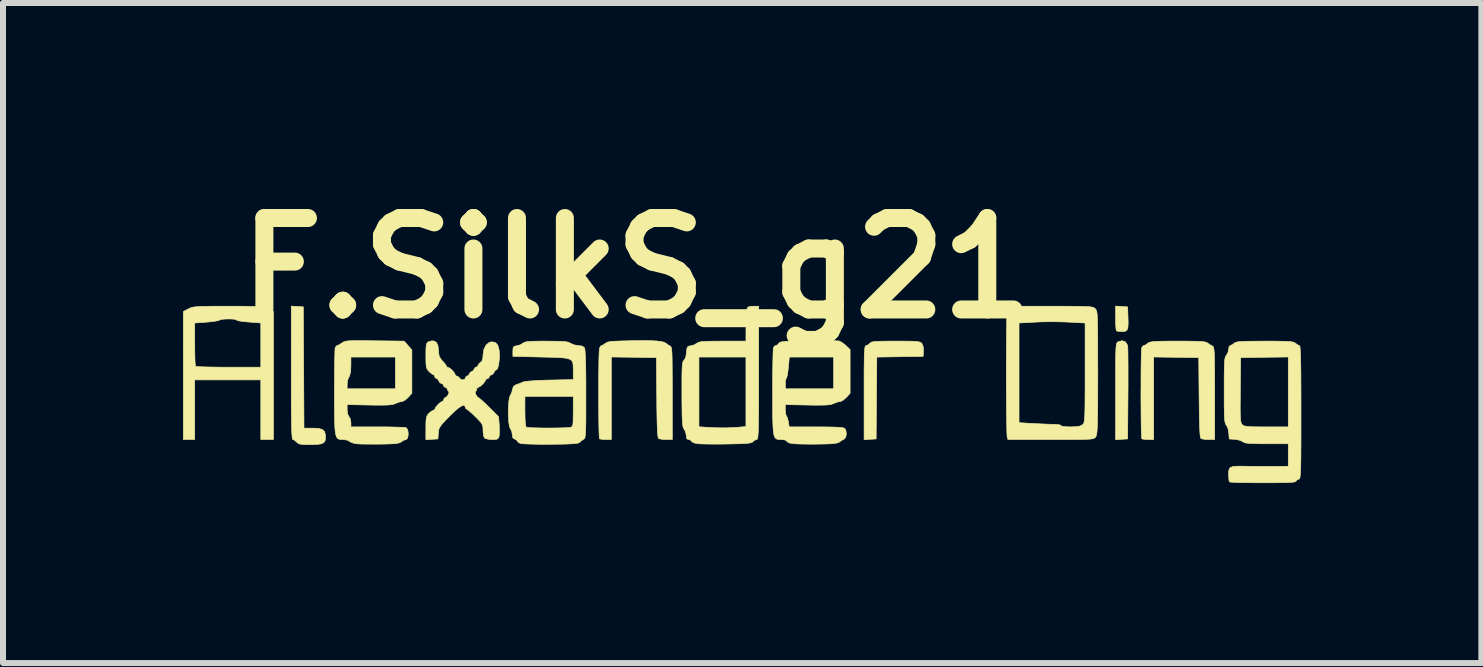
<source format=kicad_pcb>
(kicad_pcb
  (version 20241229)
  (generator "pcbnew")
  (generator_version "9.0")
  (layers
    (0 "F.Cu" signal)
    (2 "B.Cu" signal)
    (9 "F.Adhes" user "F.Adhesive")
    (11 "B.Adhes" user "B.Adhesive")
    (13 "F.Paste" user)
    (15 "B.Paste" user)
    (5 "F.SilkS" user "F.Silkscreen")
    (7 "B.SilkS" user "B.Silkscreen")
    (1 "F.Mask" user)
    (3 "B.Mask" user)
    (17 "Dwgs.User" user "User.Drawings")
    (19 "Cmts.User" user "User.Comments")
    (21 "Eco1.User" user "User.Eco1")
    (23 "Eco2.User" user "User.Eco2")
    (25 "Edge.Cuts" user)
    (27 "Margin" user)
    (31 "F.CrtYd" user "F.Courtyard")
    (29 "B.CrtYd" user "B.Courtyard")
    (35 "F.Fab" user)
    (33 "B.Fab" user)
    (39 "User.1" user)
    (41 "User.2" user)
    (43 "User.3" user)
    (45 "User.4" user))
  (footprint "F.SilkS_g21"
    (layer "F.Cu")
    (at 7.561 1.418)
    (property "Reference" "F.SilkS_g21" (at 0 0 0) (layer "F.SilkS") (effects (font (size 1.524 1.524) (thickness 0.3))))
    (attr through_hole)
    (fp_poly (pts (xy 8.08 0.639) (xy 8.181 0.646) (xy 8.187 0.804) (xy 8.19 0.912) (xy 8.186 0.984) (xy 8.173 1.028) (xy 8.148 1.05) (xy 8.109 1.058) (xy 8.089 1.058) (xy 8.033 1.055) (xy 7.997 1.047) (xy 7.994 1.044) (xy 7.988 1.018) (xy 7.983 0.96) (xy 7.98 0.88) (xy 7.98 0.831) (xy 7.98 0.633) (xy 8.08 0.639)) (stroke (width 0.01) (type solid)) (fill yes) (layer "F.SilkS"))
    (fp_poly (pts (xy 8.144 1.229) (xy 8.177 1.282) (xy 8.181 1.297) (xy 8.184 1.334) (xy 8.186 1.407) (xy 8.187 1.513) (xy 8.188 1.644) (xy 8.188 1.796) (xy 8.188 1.964) (xy 8.187 2.106) (xy 8.181 2.847) (xy 8.08 2.853) (xy 7.98 2.86) (xy 7.98 2.055) (xy 7.98 1.849) (xy 7.98 1.682) (xy 7.981 1.549) (xy 7.982 1.446) (xy 7.985 1.369) (xy 7.988 1.313) (xy 7.993 1.276) (xy 7.999 1.252) (xy 8.008 1.239) (xy 8.018 1.23) (xy 8.024 1.227) (xy 8.09 1.21) (xy 8.144 1.229)) (stroke (width 0.01) (type solid)) (fill yes) (layer "F.SilkS"))
    (fp_poly (pts (xy -5.657 0.639) (xy -5.556 0.646) (xy -5.545 2.667) (xy -5.399 2.667) (xy -5.3 2.672) (xy -5.237 2.69) (xy -5.201 2.726) (xy -5.187 2.784) (xy -5.186 2.816) (xy -5.191 2.869) (xy -5.211 2.905) (xy -5.251 2.927) (xy -5.32 2.938) (xy -5.423 2.942) (xy -5.449 2.942) (xy -5.541 2.941) (xy -5.6 2.935) (xy -5.638 2.924) (xy -5.663 2.905) (xy -5.667 2.9) (xy -5.704 2.868) (xy -5.73 2.857) (xy -5.736 2.85) (xy -5.742 2.825) (xy -5.746 2.78) (xy -5.75 2.713) (xy -5.752 2.619) (xy -5.754 2.497) (xy -5.756 2.343) (xy -5.757 2.155) (xy -5.757 1.929) (xy -5.757 1.745) (xy -5.757 0.633) (xy -5.657 0.639)) (stroke (width 0.01) (type solid)) (fill yes) (layer "F.SilkS"))
    (fp_poly (pts (xy 4.459 1.217) (xy 4.564 1.218) (xy 4.638 1.221) (xy 4.688 1.226) (xy 4.72 1.233) (xy 4.74 1.244) (xy 4.753 1.258) (xy 4.755 1.259) (xy 4.775 1.314) (xy 4.779 1.386) (xy 4.773 1.471) (xy 4.387 1.477) (xy 4.001 1.483) (xy 3.996 2.165) (xy 3.99 2.847) (xy 3.889 2.853) (xy 3.789 2.86) (xy 3.789 2.075) (xy 3.789 1.872) (xy 3.789 1.706) (xy 3.791 1.575) (xy 3.792 1.475) (xy 3.795 1.401) (xy 3.799 1.35) (xy 3.804 1.317) (xy 3.81 1.299) (xy 3.819 1.292) (xy 3.824 1.291) (xy 3.863 1.275) (xy 3.885 1.254) (xy 3.899 1.241) (xy 3.921 1.232) (xy 3.958 1.225) (xy 4.016 1.221) (xy 4.1 1.218) (xy 4.216 1.217) (xy 4.318 1.217) (xy 4.459 1.217)) (stroke (width 0.01) (type solid)) (fill yes) (layer "F.SilkS"))
    (fp_poly (pts (xy -6.614 0.635) (xy -6.471 0.637) (xy -6.361 0.639) (xy -6.281 0.643) (xy -6.227 0.648) (xy -6.193 0.655) (xy -6.176 0.664) (xy -6.176 0.664) (xy -6.132 0.694) (xy -6.1 0.708) (xy -6.054 0.723) (xy -6.054 2.857) (xy -6.265 2.857) (xy -6.265 1.863) (xy -7.366 1.863) (xy -7.366 2.857) (xy -7.556 2.857) (xy -7.556 0.915) (xy -7.366 0.915) (xy -7.366 1.269) (xy -7.365 1.387) (xy -7.363 1.491) (xy -7.36 1.571) (xy -7.355 1.623) (xy -7.352 1.637) (xy -7.328 1.641) (xy -7.267 1.644) (xy -7.176 1.647) (xy -7.059 1.649) (xy -6.924 1.651) (xy -6.802 1.651) (xy -6.265 1.651) (xy -6.265 0.914) (xy -6.466 0.899) (xy -6.553 0.891) (xy -6.621 0.881) (xy -6.661 0.871) (xy -6.668 0.865) (xy -6.686 0.855) (xy -6.734 0.849) (xy -6.798 0.847) (xy -6.864 0.849) (xy -6.919 0.854) (xy -6.95 0.864) (xy -6.952 0.866) (xy -6.977 0.876) (xy -7.034 0.886) (xy -7.114 0.896) (xy -7.165 0.9) (xy -7.366 0.915) (xy -7.556 0.915) (xy -7.556 0.724) (xy -7.471 0.679) (xy -7.444 0.666) (xy -7.415 0.656) (xy -7.379 0.648) (xy -7.33 0.643) (xy -7.264 0.639) (xy -7.175 0.637) (xy -7.057 0.635) (xy -6.906 0.635) (xy -6.795 0.635) (xy -6.614 0.635)) (stroke (width 0.01) (type solid)) (fill yes) (layer "F.SilkS"))
    (fp_poly (pts (xy 0.22 1.209) (xy 0.327 1.214) (xy 0.404 1.223) (xy 0.457 1.236) (xy 0.489 1.254) (xy 0.492 1.257) (xy 0.536 1.288) (xy 0.556 1.297) (xy 0.565 1.303) (xy 0.573 1.316) (xy 0.579 1.34) (xy 0.584 1.379) (xy 0.588 1.438) (xy 0.59 1.519) (xy 0.591 1.628) (xy 0.592 1.769) (xy 0.593 1.945) (xy 0.593 2.084) (xy 0.593 2.857) (xy 0.492 2.857) (xy 0.427 2.854) (xy 0.378 2.845) (xy 0.365 2.84) (xy 0.358 2.824) (xy 0.351 2.785) (xy 0.346 2.719) (xy 0.341 2.623) (xy 0.338 2.494) (xy 0.335 2.328) (xy 0.334 2.158) (xy 0.328 1.492) (xy -0.048 1.486) (xy -0.423 1.481) (xy -0.423 2.857) (xy -0.515 2.857) (xy -0.574 2.854) (xy -0.614 2.847) (xy -0.621 2.843) (xy -0.624 2.819) (xy -0.627 2.759) (xy -0.63 2.668) (xy -0.632 2.553) (xy -0.633 2.418) (xy -0.634 2.271) (xy -0.634 2.117) (xy -0.634 1.962) (xy -0.634 1.812) (xy -0.632 1.673) (xy -0.631 1.55) (xy -0.628 1.45) (xy -0.625 1.378) (xy -0.622 1.341) (xy -0.622 1.339) (xy -0.603 1.302) (xy -0.587 1.291) (xy -0.555 1.278) (xy -0.523 1.254) (xy -0.503 1.241) (xy -0.473 1.23) (xy -0.426 1.223) (xy -0.357 1.218) (xy -0.259 1.214) (xy -0.126 1.211) (xy -0.099 1.21) (xy 0.079 1.208) (xy 0.22 1.209)) (stroke (width 0.01) (type solid)) (fill yes) (layer "F.SilkS"))
    (fp_poly (pts (xy 9.172 1.217) (xy 9.291 1.219) (xy 9.378 1.222) (xy 9.439 1.226) (xy 9.479 1.233) (xy 9.505 1.243) (xy 9.517 1.251) (xy 9.564 1.283) (xy 9.594 1.298) (xy 9.603 1.304) (xy 9.611 1.317) (xy 9.617 1.34) (xy 9.622 1.379) (xy 9.626 1.438) (xy 9.628 1.519) (xy 9.63 1.628) (xy 9.63 1.768) (xy 9.631 1.944) (xy 9.631 2.084) (xy 9.631 2.857) (xy 9.53 2.857) (xy 9.465 2.854) (xy 9.416 2.845) (xy 9.404 2.84) (xy 9.396 2.824) (xy 9.389 2.785) (xy 9.384 2.719) (xy 9.38 2.623) (xy 9.376 2.494) (xy 9.374 2.328) (xy 9.372 2.158) (xy 9.366 1.492) (xy 8.615 1.481) (xy 8.615 2.857) (xy 8.523 2.857) (xy 8.464 2.854) (xy 8.424 2.847) (xy 8.417 2.843) (xy 8.414 2.819) (xy 8.411 2.759) (xy 8.408 2.668) (xy 8.406 2.553) (xy 8.405 2.418) (xy 8.404 2.271) (xy 8.403 2.116) (xy 8.404 1.96) (xy 8.404 1.809) (xy 8.405 1.669) (xy 8.407 1.544) (xy 8.409 1.442) (xy 8.412 1.369) (xy 8.415 1.329) (xy 8.416 1.325) (xy 8.439 1.296) (xy 8.451 1.291) (xy 8.483 1.278) (xy 8.515 1.254) (xy 8.532 1.242) (xy 8.558 1.233) (xy 8.597 1.226) (xy 8.656 1.221) (xy 8.739 1.219) (xy 8.853 1.217) (xy 9.004 1.217) (xy 9.017 1.217) (xy 9.172 1.217)) (stroke (width 0.01) (type solid)) (fill yes) (layer "F.SilkS"))
    (fp_poly (pts (xy 2.032 1.746) (xy 2.032 1.992) (xy 2.032 2.2) (xy 2.031 2.371) (xy 2.03 2.51) (xy 2.028 2.62) (xy 2.026 2.705) (xy 2.023 2.767) (xy 2.019 2.81) (xy 2.014 2.837) (xy 2.008 2.851) (xy 2.001 2.857) (xy 1.997 2.857) (xy 1.956 2.873) (xy 1.938 2.891) (xy 1.923 2.904) (xy 1.894 2.913) (xy 1.846 2.92) (xy 1.773 2.925) (xy 1.669 2.928) (xy 1.534 2.931) (xy 1.402 2.933) (xy 1.276 2.933) (xy 1.167 2.932) (xy 1.082 2.93) (xy 1.041 2.928) (xy 0.964 2.916) (xy 0.922 2.896) (xy 0.917 2.888) (xy 0.889 2.862) (xy 0.866 2.857) (xy 0.837 2.847) (xy 0.826 2.809) (xy 0.826 2.79) (xy 0.814 2.73) (xy 0.79 2.684) (xy 0.779 2.668) (xy 0.771 2.642) (xy 0.764 2.603) (xy 0.76 2.544) (xy 0.756 2.462) (xy 0.755 2.35) (xy 0.753 2.203) (xy 0.753 2.104) (xy 0.753 1.937) (xy 0.753 1.808) (xy 0.755 1.71) (xy 0.758 1.64) (xy 0.763 1.593) (xy 0.769 1.563) (xy 0.779 1.545) (xy 0.787 1.537) (xy 0.815 1.493) (xy 0.817 1.482) (xy 1.037 1.482) (xy 1.037 2.644) (xy 1.138 2.651) (xy 1.322 2.661) (xy 1.504 2.662) (xy 1.664 2.654) (xy 1.677 2.653) (xy 1.82 2.64) (xy 1.82 1.482) (xy 1.037 1.482) (xy 0.817 1.482) (xy 0.829 1.413) (xy 0.829 1.406) (xy 0.835 1.344) (xy 0.848 1.312) (xy 0.873 1.299) (xy 0.9 1.295) (xy 0.96 1.278) (xy 1.002 1.252) (xy 1.022 1.24) (xy 1.052 1.23) (xy 1.098 1.224) (xy 1.167 1.22) (xy 1.265 1.218) (xy 1.398 1.217) (xy 1.431 1.217) (xy 1.82 1.217) (xy 1.821 0.974) (xy 1.821 0.847) (xy 1.825 0.757) (xy 1.832 0.697) (xy 1.847 0.66) (xy 1.87 0.642) (xy 1.905 0.636) (xy 1.939 0.635) (xy 2.032 0.635) (xy 2.032 1.746)) (stroke (width 0.01) (type solid)) (fill yes) (layer "F.SilkS"))
    (fp_poly (pts (xy -4.507 1.209) (xy -4.365 1.211) (xy -3.876 1.217) (xy -3.811 1.29) (xy -3.747 1.362) (xy -3.747 2.086) (xy -3.809 2.154) (xy -3.856 2.197) (xy -3.9 2.221) (xy -3.911 2.223) (xy -3.958 2.232) (xy -4.015 2.254) (xy -4.018 2.256) (xy -4.05 2.268) (xy -4.094 2.277) (xy -4.156 2.282) (xy -4.242 2.284) (xy -4.36 2.284) (xy -4.455 2.282) (xy -4.826 2.275) (xy -4.826 2.363) (xy -4.818 2.43) (xy -4.797 2.474) (xy -4.794 2.477) (xy -4.772 2.515) (xy -4.763 2.571) (xy -4.763 2.574) (xy -4.763 2.646) (xy -4.32 2.646) (xy -4.185 2.646) (xy -4.064 2.648) (xy -3.963 2.651) (xy -3.889 2.654) (xy -3.848 2.658) (xy -3.843 2.659) (xy -3.821 2.686) (xy -3.809 2.734) (xy -3.809 2.789) (xy -3.82 2.835) (xy -3.842 2.857) (xy -3.845 2.857) (xy -3.888 2.871) (xy -3.92 2.893) (xy -3.943 2.908) (xy -3.979 2.918) (xy -4.035 2.926) (xy -4.117 2.93) (xy -4.233 2.933) (xy -4.261 2.933) (xy -4.379 2.934) (xy -4.491 2.933) (xy -4.585 2.932) (xy -4.651 2.929) (xy -4.66 2.928) (xy -4.725 2.916) (xy -4.773 2.897) (xy -4.785 2.888) (xy -4.822 2.868) (xy -4.88 2.858) (xy -4.891 2.857) (xy -4.929 2.857) (xy -4.959 2.852) (xy -4.983 2.84) (xy -5.002 2.815) (xy -5.016 2.774) (xy -5.026 2.714) (xy -5.032 2.629) (xy -5.035 2.517) (xy -5.037 2.373) (xy -5.038 2.193) (xy -5.038 2.061) (xy -5.038 2.011) (xy -4.826 2.011) (xy -4.022 2.011) (xy -4.022 1.482) (xy -4.763 1.482) (xy -4.763 1.626) (xy -4.768 1.729) (xy -4.785 1.797) (xy -4.794 1.811) (xy -4.815 1.86) (xy -4.825 1.924) (xy -4.825 1.931) (xy -4.826 2.011) (xy -5.038 2.011) (xy -5.037 1.891) (xy -5.036 1.734) (xy -5.035 1.596) (xy -5.032 1.48) (xy -5.03 1.393) (xy -5.027 1.339) (xy -5.025 1.325) (xy -5.004 1.296) (xy -4.992 1.291) (xy -4.963 1.28) (xy -4.919 1.251) (xy -4.914 1.248) (xy -4.893 1.234) (xy -4.869 1.223) (xy -4.837 1.216) (xy -4.79 1.211) (xy -4.724 1.209) (xy -4.631 1.208) (xy -4.507 1.209)) (stroke (width 0.01) (type solid)) (fill yes) (layer "F.SilkS"))
    (fp_poly (pts (xy 7.084 0.635) (xy 7.238 0.636) (xy 7.359 0.637) (xy 7.451 0.639) (xy 7.518 0.642) (xy 7.566 0.646) (xy 7.598 0.652) (xy 7.619 0.66) (xy 7.634 0.67) (xy 7.641 0.677) (xy 7.651 0.688) (xy 7.659 0.702) (xy 7.666 0.723) (xy 7.671 0.755) (xy 7.675 0.8) (xy 7.678 0.863) (xy 7.68 0.948) (xy 7.682 1.058) (xy 7.683 1.197) (xy 7.683 1.368) (xy 7.683 1.575) (xy 7.684 1.742) (xy 7.683 1.98) (xy 7.683 2.179) (xy 7.682 2.343) (xy 7.68 2.475) (xy 7.678 2.58) (xy 7.675 2.66) (xy 7.671 2.719) (xy 7.666 2.76) (xy 7.66 2.788) (xy 7.653 2.806) (xy 7.651 2.81) (xy 7.641 2.823) (xy 7.629 2.833) (xy 7.61 2.841) (xy 7.58 2.847) (xy 7.534 2.851) (xy 7.468 2.854) (xy 7.378 2.856) (xy 7.259 2.857) (xy 7.107 2.857) (xy 6.917 2.857) (xy 6.186 2.857) (xy 6.173 2.81) (xy 6.17 2.78) (xy 6.168 2.711) (xy 6.166 2.61) (xy 6.164 2.478) (xy 6.162 2.322) (xy 6.161 2.146) (xy 6.16 1.953) (xy 6.16 1.748) (xy 6.16 1.746) (xy 6.16 1.541) (xy 6.161 1.348) (xy 6.162 1.172) (xy 6.164 1.015) (xy 6.165 0.915) (xy 6.371 0.915) (xy 6.371 2.576) (xy 6.609 2.59) (xy 6.719 2.595) (xy 6.826 2.6) (xy 6.915 2.603) (xy 6.959 2.603) (xy 7.021 2.607) (xy 7.061 2.616) (xy 7.07 2.625) (xy 7.089 2.635) (xy 7.143 2.643) (xy 7.221 2.646) (xy 7.228 2.646) (xy 7.322 2.643) (xy 7.384 2.633) (xy 7.424 2.613) (xy 7.429 2.609) (xy 7.44 2.599) (xy 7.449 2.585) (xy 7.456 2.563) (xy 7.461 2.53) (xy 7.465 2.48) (xy 7.468 2.411) (xy 7.47 2.318) (xy 7.471 2.197) (xy 7.472 2.044) (xy 7.472 1.855) (xy 7.472 1.744) (xy 7.472 0.915) (xy 7.197 0.9) (xy 7.057 0.895) (xy 6.897 0.893) (xy 6.741 0.896) (xy 6.646 0.9) (xy 6.371 0.915) (xy 6.165 0.915) (xy 6.166 0.884) (xy 6.168 0.782) (xy 6.17 0.713) (xy 6.173 0.683) (xy 6.173 0.683) (xy 6.186 0.635) (xy 6.892 0.635) (xy 7.084 0.635)) (stroke (width 0.01) (type solid)) (fill yes) (layer "F.SilkS"))
    (fp_poly (pts (xy 3.235 1.21) (xy 3.317 1.211) (xy 3.366 1.214) (xy 3.375 1.215) (xy 3.417 1.237) (xy 3.47 1.276) (xy 3.487 1.292) (xy 3.556 1.357) (xy 3.556 2.086) (xy 3.494 2.154) (xy 3.446 2.197) (xy 3.402 2.221) (xy 3.391 2.223) (xy 3.345 2.232) (xy 3.287 2.254) (xy 3.284 2.256) (xy 3.252 2.268) (xy 3.208 2.277) (xy 3.147 2.282) (xy 3.061 2.284) (xy 2.943 2.284) (xy 2.847 2.282) (xy 2.476 2.275) (xy 2.476 2.364) (xy 2.481 2.422) (xy 2.491 2.459) (xy 2.495 2.464) (xy 2.51 2.491) (xy 2.524 2.542) (xy 2.527 2.561) (xy 2.541 2.646) (xy 2.991 2.646) (xy 3.158 2.647) (xy 3.286 2.649) (xy 3.378 2.654) (xy 3.437 2.661) (xy 3.465 2.67) (xy 3.467 2.671) (xy 3.488 2.714) (xy 3.493 2.77) (xy 3.482 2.821) (xy 3.456 2.85) (xy 3.455 2.851) (xy 3.409 2.875) (xy 3.381 2.897) (xy 3.355 2.91) (xy 3.312 2.92) (xy 3.245 2.927) (xy 3.148 2.931) (xy 3.042 2.933) (xy 2.922 2.934) (xy 2.807 2.933) (xy 2.708 2.931) (xy 2.638 2.928) (xy 2.629 2.928) (xy 2.552 2.916) (xy 2.51 2.896) (xy 2.505 2.888) (xy 2.475 2.865) (xy 2.414 2.857) (xy 2.376 2.857) (xy 2.344 2.853) (xy 2.32 2.842) (xy 2.301 2.819) (xy 2.287 2.781) (xy 2.277 2.724) (xy 2.271 2.643) (xy 2.267 2.534) (xy 2.265 2.394) (xy 2.265 2.219) (xy 2.265 2.069) (xy 2.265 1.927) (xy 2.477 1.927) (xy 2.477 2.011) (xy 3.281 2.011) (xy 3.281 1.482) (xy 2.543 1.482) (xy 2.528 1.651) (xy 2.519 1.732) (xy 2.508 1.795) (xy 2.497 1.83) (xy 2.495 1.833) (xy 2.483 1.859) (xy 2.477 1.911) (xy 2.477 1.927) (xy 2.265 1.927) (xy 2.265 1.899) (xy 2.266 1.741) (xy 2.268 1.601) (xy 2.27 1.484) (xy 2.273 1.395) (xy 2.276 1.34) (xy 2.278 1.325) (xy 2.303 1.295) (xy 2.319 1.291) (xy 2.352 1.275) (xy 2.368 1.254) (xy 2.378 1.242) (xy 2.398 1.233) (xy 2.431 1.226) (xy 2.485 1.22) (xy 2.563 1.217) (xy 2.671 1.214) (xy 2.815 1.211) (xy 2.86 1.211) (xy 3 1.209) (xy 3.127 1.209) (xy 3.235 1.21)) (stroke (width 0.01) (type solid)) (fill yes) (layer "F.SilkS"))
    (fp_poly (pts (xy -1.372 1.218) (xy -1.273 1.22) (xy -1.204 1.224) (xy -1.156 1.231) (xy -1.123 1.242) (xy -1.101 1.254) (xy -1.044 1.279) (xy -0.975 1.291) (xy -0.97 1.291) (xy -0.905 1.3) (xy -0.87 1.329) (xy -0.869 1.332) (xy -0.862 1.366) (xy -0.857 1.44) (xy -0.852 1.552) (xy -0.849 1.7) (xy -0.847 1.883) (xy -0.847 2.097) (xy -0.847 2.105) (xy -0.847 2.301) (xy -0.847 2.459) (xy -0.848 2.583) (xy -0.85 2.678) (xy -0.853 2.746) (xy -0.858 2.794) (xy -0.863 2.824) (xy -0.87 2.841) (xy -0.88 2.85) (xy -0.884 2.852) (xy -0.929 2.881) (xy -0.945 2.899) (xy -0.959 2.91) (xy -0.986 2.918) (xy -1.03 2.925) (xy -1.097 2.929) (xy -1.193 2.933) (xy -1.322 2.935) (xy -1.432 2.936) (xy -1.571 2.937) (xy -1.697 2.935) (xy -1.804 2.932) (xy -1.885 2.928) (xy -1.934 2.923) (xy -1.942 2.921) (xy -1.979 2.899) (xy -1.99 2.882) (xy -2.007 2.861) (xy -2.032 2.851) (xy -2.064 2.829) (xy -2.074 2.779) (xy -2.074 2.773) (xy -2.084 2.716) (xy -2.106 2.675) (xy -2.121 2.638) (xy -2.132 2.57) (xy -2.138 2.482) (xy -2.14 2.384) (xy -2.137 2.288) (xy -2.129 2.204) (xy -2.117 2.144) (xy -2.114 2.138) (xy -1.863 2.138) (xy -1.863 2.39) (xy -1.861 2.509) (xy -1.856 2.589) (xy -1.848 2.636) (xy -1.836 2.653) (xy -1.804 2.657) (xy -1.739 2.661) (xy -1.649 2.663) (xy -1.545 2.665) (xy -1.434 2.665) (xy -1.326 2.664) (xy -1.23 2.662) (xy -1.155 2.659) (xy -1.111 2.655) (xy -1.106 2.654) (xy -1.086 2.646) (xy -1.072 2.632) (xy -1.064 2.604) (xy -1.06 2.553) (xy -1.059 2.474) (xy -1.058 2.389) (xy -1.058 2.138) (xy -1.863 2.138) (xy -2.114 2.138) (xy -2.108 2.126) (xy -2.083 2.072) (xy -2.071 2.021) (xy -2.054 1.971) (xy -2.011 1.943) (xy -2 1.94) (xy -1.94 1.918) (xy -1.894 1.898) (xy -1.859 1.889) (xy -1.786 1.882) (xy -1.684 1.875) (xy -1.558 1.869) (xy -1.455 1.866) (xy -1.058 1.858) (xy -1.058 1.711) (xy -1.059 1.644) (xy -1.062 1.593) (xy -1.074 1.555) (xy -1.1 1.527) (xy -1.143 1.509) (xy -1.21 1.497) (xy -1.304 1.49) (xy -1.431 1.486) (xy -1.595 1.482) (xy -1.597 1.482) (xy -2.064 1.471) (xy -2.064 1.386) (xy -2.061 1.332) (xy -2.046 1.306) (xy -2.01 1.296) (xy -2 1.295) (xy -1.94 1.278) (xy -1.897 1.252) (xy -1.877 1.239) (xy -1.845 1.229) (xy -1.796 1.223) (xy -1.723 1.219) (xy -1.62 1.217) (xy -1.506 1.217) (xy -1.372 1.218)) (stroke (width 0.01) (type solid)) (fill yes) (layer "F.SilkS"))
    (fp_poly (pts (xy 10.622 1.217) (xy 10.741 1.219) (xy 10.828 1.221) (xy 10.89 1.225) (xy 10.931 1.231) (xy 10.959 1.24) (xy 10.977 1.252) (xy 10.98 1.254) (xy 11.02 1.282) (xy 11.045 1.291) (xy 11.051 1.302) (xy 11.056 1.336) (xy 11.06 1.396) (xy 11.064 1.484) (xy 11.066 1.603) (xy 11.068 1.754) (xy 11.069 1.941) (xy 11.07 2.166) (xy 11.07 2.402) (xy 11.07 2.65) (xy 11.07 2.858) (xy 11.069 3.03) (xy 11.068 3.17) (xy 11.066 3.281) (xy 11.063 3.366) (xy 11.06 3.428) (xy 11.056 3.47) (xy 11.051 3.496) (xy 11.045 3.51) (xy 11.038 3.514) (xy 11.038 3.514) (xy 11.002 3.531) (xy 10.993 3.545) (xy 10.984 3.555) (xy 10.963 3.563) (xy 10.924 3.569) (xy 10.863 3.573) (xy 10.776 3.575) (xy 10.657 3.577) (xy 10.503 3.577) (xy 10.436 3.577) (xy 10.289 3.577) (xy 10.155 3.575) (xy 10.041 3.573) (xy 9.953 3.57) (xy 9.897 3.566) (xy 9.878 3.563) (xy 9.87 3.535) (xy 9.865 3.48) (xy 9.864 3.437) (xy 9.865 3.384) (xy 9.874 3.346) (xy 9.896 3.321) (xy 9.938 3.307) (xy 10.006 3.301) (xy 10.105 3.301) (xy 10.189 3.303) (xy 10.316 3.305) (xy 10.457 3.305) (xy 10.59 3.305) (xy 10.642 3.305) (xy 10.858 3.302) (xy 10.858 2.927) (xy 10.499 2.927) (xy 10.362 2.927) (xy 10.262 2.924) (xy 10.191 2.92) (xy 10.144 2.913) (xy 10.115 2.903) (xy 10.102 2.894) (xy 10.058 2.872) (xy 9.994 2.856) (xy 9.969 2.854) (xy 9.874 2.847) (xy 9.867 2.752) (xy 9.856 2.684) (xy 9.834 2.629) (xy 9.825 2.617) (xy 9.814 2.601) (xy 9.806 2.576) (xy 9.799 2.538) (xy 9.795 2.48) (xy 9.792 2.399) (xy 9.791 2.327) (xy 10.057 2.327) (xy 10.058 2.424) (xy 10.061 2.495) (xy 10.065 2.544) (xy 10.072 2.576) (xy 10.081 2.597) (xy 10.089 2.607) (xy 10.105 2.621) (xy 10.13 2.631) (xy 10.168 2.638) (xy 10.227 2.643) (xy 10.313 2.645) (xy 10.432 2.646) (xy 10.491 2.646) (xy 10.858 2.646) (xy 10.858 1.481) (xy 10.462 1.486) (xy 10.065 1.492) (xy 10.059 2.03) (xy 10.058 2.197) (xy 10.057 2.327) (xy 9.791 2.327) (xy 9.79 2.289) (xy 9.79 2.145) (xy 9.79 2.034) (xy 9.79 1.866) (xy 9.791 1.736) (xy 9.793 1.638) (xy 9.796 1.566) (xy 9.801 1.517) (xy 9.808 1.485) (xy 9.817 1.464) (xy 9.827 1.452) (xy 9.854 1.404) (xy 9.864 1.353) (xy 9.871 1.309) (xy 9.888 1.291) (xy 9.922 1.278) (xy 9.954 1.254) (xy 9.972 1.242) (xy 9.997 1.233) (xy 10.036 1.226) (xy 10.093 1.222) (xy 10.176 1.219) (xy 10.289 1.218) (xy 10.437 1.217) (xy 10.467 1.217) (xy 10.622 1.217)) (stroke (width 0.01) (type solid)) (fill yes) (layer "F.SilkS"))
    (fp_poly (pts (xy -3.377 1.215) (xy -3.336 1.24) (xy -3.312 1.293) (xy -3.303 1.38) (xy -3.302 1.403) (xy -3.291 1.472) (xy -3.253 1.53) (xy -3.239 1.545) (xy -3.199 1.589) (xy -3.177 1.622) (xy -3.175 1.629) (xy -3.159 1.65) (xy -3.152 1.651) (xy -3.117 1.666) (xy -3.075 1.702) (xy -3.04 1.743) (xy -3.027 1.773) (xy -3.01 1.797) (xy -2.997 1.799) (xy -2.965 1.816) (xy -2.956 1.831) (xy -2.927 1.857) (xy -2.9 1.863) (xy -2.865 1.85) (xy -2.857 1.831) (xy -2.841 1.803) (xy -2.826 1.799) (xy -2.798 1.783) (xy -2.794 1.769) (xy -2.776 1.739) (xy -2.752 1.725) (xy -2.717 1.702) (xy -2.709 1.681) (xy -2.692 1.655) (xy -2.678 1.651) (xy -2.649 1.637) (xy -2.646 1.624) (xy -2.63 1.593) (xy -2.603 1.571) (xy -2.575 1.541) (xy -2.563 1.489) (xy -2.561 1.449) (xy -2.548 1.358) (xy -2.512 1.285) (xy -2.46 1.239) (xy -2.412 1.228) (xy -2.353 1.241) (xy -2.315 1.284) (xy -2.294 1.363) (xy -2.292 1.374) (xy -2.287 1.449) (xy -2.291 1.529) (xy -2.3 1.604) (xy -2.315 1.662) (xy -2.332 1.692) (xy -2.338 1.693) (xy -2.365 1.711) (xy -2.377 1.736) (xy -2.4 1.77) (xy -2.422 1.778) (xy -2.451 1.794) (xy -2.455 1.81) (xy -2.472 1.838) (xy -2.487 1.841) (xy -2.515 1.854) (xy -2.519 1.866) (xy -2.534 1.896) (xy -2.569 1.936) (xy -2.611 1.972) (xy -2.644 1.989) (xy -2.647 1.99) (xy -2.665 2.007) (xy -2.667 2.021) (xy -2.677 2.05) (xy -2.686 2.053) (xy -2.692 2.069) (xy -2.681 2.106) (xy -2.657 2.145) (xy -2.638 2.159) (xy -2.617 2.173) (xy -2.572 2.211) (xy -2.513 2.267) (xy -2.461 2.318) (xy -2.302 2.477) (xy -2.291 2.612) (xy -2.288 2.693) (xy -2.289 2.764) (xy -2.294 2.803) (xy -2.307 2.836) (xy -2.332 2.852) (xy -2.382 2.857) (xy -2.409 2.857) (xy -2.474 2.852) (xy -2.523 2.84) (xy -2.536 2.832) (xy -2.551 2.797) (xy -2.56 2.737) (xy -2.561 2.704) (xy -2.563 2.652) (xy -2.573 2.612) (xy -2.597 2.573) (xy -2.641 2.524) (xy -2.689 2.476) (xy -2.749 2.418) (xy -2.8 2.374) (xy -2.832 2.351) (xy -2.837 2.349) (xy -2.855 2.332) (xy -2.857 2.318) (xy -2.87 2.287) (xy -2.906 2.29) (xy -2.965 2.327) (xy -3.046 2.396) (xy -3.121 2.469) (xy -3.197 2.547) (xy -3.248 2.604) (xy -3.28 2.648) (xy -3.297 2.685) (xy -3.304 2.724) (xy -3.306 2.749) (xy -3.313 2.847) (xy -3.413 2.853) (xy -3.514 2.86) (xy -3.514 2.666) (xy -3.513 2.571) (xy -3.508 2.509) (xy -3.497 2.467) (xy -3.479 2.437) (xy -3.466 2.422) (xy -3.425 2.387) (xy -3.393 2.371) (xy -3.392 2.371) (xy -3.367 2.358) (xy -3.365 2.351) (xy -3.351 2.319) (xy -3.316 2.278) (xy -3.276 2.241) (xy -3.244 2.223) (xy -3.241 2.223) (xy -3.22 2.205) (xy -3.217 2.191) (xy -3.203 2.163) (xy -3.191 2.159) (xy -3.163 2.141) (xy -3.14 2.106) (xy -3.128 2.068) (xy -3.135 2.053) (xy -3.152 2.036) (xy -3.154 2.021) (xy -3.171 1.993) (xy -3.186 1.99) (xy -3.214 1.973) (xy -3.217 1.958) (xy -3.234 1.93) (xy -3.251 1.926) (xy -3.283 1.908) (xy -3.296 1.884) (xy -3.317 1.849) (xy -3.336 1.841) (xy -3.362 1.825) (xy -3.365 1.81) (xy -3.376 1.782) (xy -3.386 1.778) (xy -3.413 1.764) (xy -3.453 1.731) (xy -3.46 1.724) (xy -3.485 1.696) (xy -3.5 1.667) (xy -3.509 1.625) (xy -3.513 1.562) (xy -3.514 1.466) (xy -3.514 1.46) (xy -3.513 1.363) (xy -3.51 1.3) (xy -3.502 1.262) (xy -3.488 1.24) (xy -3.469 1.227) (xy -3.413 1.212) (xy -3.377 1.215)) (stroke (width 0.01) (type solid)) (fill yes) (layer "F.SilkS")))
  (gr_rect
    (start -3 -3)
    (end 21.637 8)
    (stroke (width 0.1) (type default))
    (fill no)
    (layer "Edge.Cuts")))
</source>
